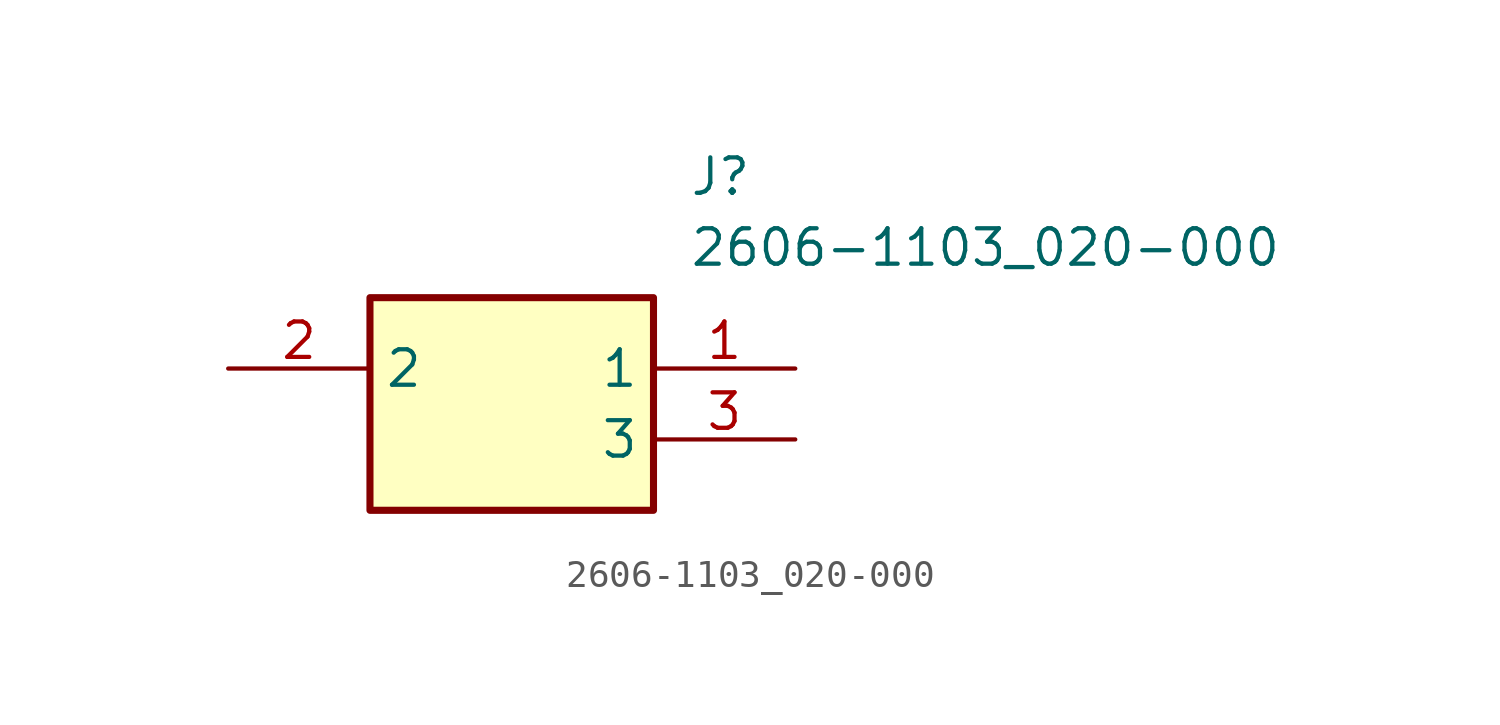
<source format=kicad_sym>
(kicad_symbol_lib
  (version 20220914)
  (generator kicad_symbol_editor)
  (symbol "2606-1103_020-000"
    (property "Reference" "J"
      (at 16.51 7.62 0)
      (effects (font (size 1.27 1.27)) (justify left top)))
    (property "Value" "2606-1103_020-000"
      (at 16.51 5.08 0)
      (effects (font (size 1.27 1.27)) (justify left top)))
    (symbol "2606-1103_020-000_1_1"
      (rectangle (start 5.08 2.54) (end 15.24 -5.08) (stroke (width 0.254) (type default)) (fill (type background)))
      (pin passive line (at 20.32 0 180) (length 5.08) (name "1" (effects (font (size 1.27 1.27)))) (number "1" (effects (font (size 1.27 1.27)))))
      (pin passive line (at 0 0 0) (length 5.08) (name "2" (effects (font (size 1.27 1.27)))) (number "2" (effects (font (size 1.27 1.27)))))
      (pin passive line (at 20.32 -2.54 180) (length 5.08) (name "3" (effects (font (size 1.27 1.27)))) (number "3" (effects (font (size 1.27 1.27))))))))
</source>
